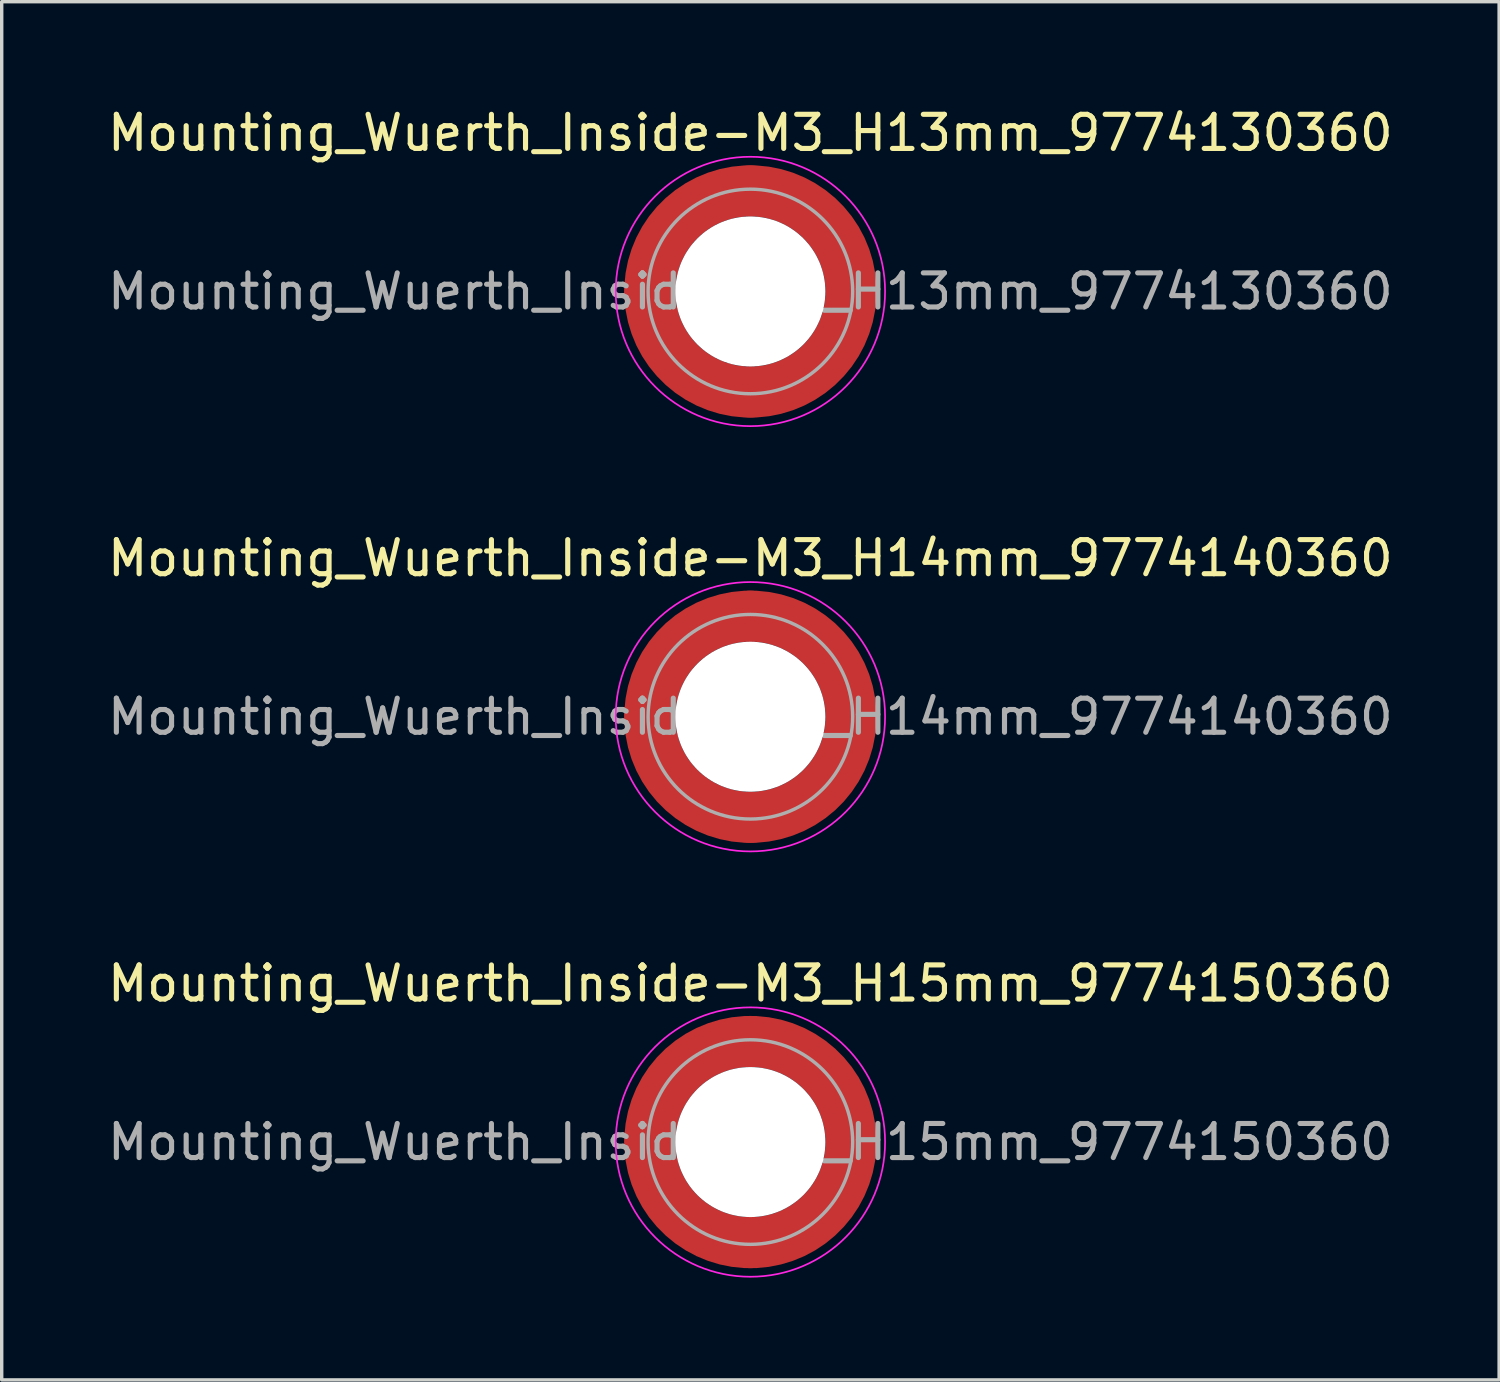
<source format=kicad_pcb>
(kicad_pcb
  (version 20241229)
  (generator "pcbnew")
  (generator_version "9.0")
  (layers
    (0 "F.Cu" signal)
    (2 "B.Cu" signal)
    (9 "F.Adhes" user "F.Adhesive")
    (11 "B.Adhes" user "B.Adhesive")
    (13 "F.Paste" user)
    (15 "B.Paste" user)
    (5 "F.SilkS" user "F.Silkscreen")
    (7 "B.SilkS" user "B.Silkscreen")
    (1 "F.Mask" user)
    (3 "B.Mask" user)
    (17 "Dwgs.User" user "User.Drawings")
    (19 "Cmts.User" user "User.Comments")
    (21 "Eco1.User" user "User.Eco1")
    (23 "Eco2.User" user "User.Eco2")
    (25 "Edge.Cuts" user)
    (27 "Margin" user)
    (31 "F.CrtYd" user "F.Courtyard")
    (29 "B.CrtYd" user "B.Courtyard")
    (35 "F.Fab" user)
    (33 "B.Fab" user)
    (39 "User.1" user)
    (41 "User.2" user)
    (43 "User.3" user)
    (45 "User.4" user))
  (footprint "Mounting_Wuerth_Inside-M3_H15mm_9774150360"
    (layer "F.Cu")
    (at 18.958 30.445)
    (property "Reference" "Mounting_Wuerth_Inside-M3_H15mm_9774150360" (at 0 -4.65 0) (layer "F.SilkS") (effects (font (size 1 1) (thickness 0.15))))
    (attr smd)
    (fp_circle (center 0 0) (end 3.95 0) (stroke (width 0.05) (type solid)) (fill no) (layer "F.CrtYd"))
    (fp_circle (center 0 0) (end 3 0) (stroke (width 0.1) (type solid)) (fill no) (layer "F.Fab"))
    (fp_text user "${REFERENCE}" (at 0 0 0) (layer "F.Fab") (effects (font (size 1 1) (thickness 0.15))))
    (pad "" smd custom (at -2.058 -2.058) (size 1.1 1.1) (layers "F.Paste") (options (anchor circle)) (primitives (gr_arc (start -0.524489 1.532681) (mid 0.194454 0.194454) (end 1.532681 -0.524489) (width 0.55)) (gr_arc (start -0.804569 1.532681) (mid 0 0) (end 1.532681 -0.804569) (width 0.55)) (gr_arc (start -1.083752 1.532681) (mid -0.194454 -0.194454) (end 1.532681 -1.083752) (width 0.55)) (gr_line (start 1.533 -0.524) (end 1.533 -1.084) (width 0.55)) (gr_line (start -0.524 1.533) (end -1.084 1.533) (width 0.55))))
    (pad "" smd custom (at -2.058 2.058) (size 1.1 1.1) (layers "F.Paste") (options (anchor circle)) (primitives (gr_arc (start 1.532681 0.524489) (mid 0.194454 -0.194454) (end -0.524489 -1.532681) (width 0.55)) (gr_arc (start 1.532681 0.804569) (mid 0 0) (end -0.804569 -1.532681) (width 0.55)) (gr_arc (start 1.532681 1.083752) (mid -0.194454 0.194454) (end -1.083752 -1.532681) (width 0.55)) (gr_line (start -0.524 -1.533) (end -1.084 -1.533) (width 0.55)) (gr_line (start 1.533 0.524) (end 1.533 1.084) (width 0.55))))
    (pad "" np_thru_hole circle (at 0 0) (size 4.4 4.4) (drill 4.4) (layers "*.Cu" "*.Mask"))
    (pad "" smd custom (at 2.058 -2.058) (size 1.1 1.1) (layers "F.Paste") (options (anchor circle)) (primitives (gr_arc (start -1.532681 -0.524489) (mid -0.194454 0.194454) (end 0.524489 1.532681) (width 0.55)) (gr_arc (start -1.532681 -0.804569) (mid 0 0) (end 0.804569 1.532681) (width 0.55)) (gr_arc (start -1.532681 -1.083752) (mid 0.194454 -0.194454) (end 1.083752 1.532681) (width 0.55)) (gr_line (start 0.524 1.533) (end 1.084 1.533) (width 0.55)) (gr_line (start -1.533 -0.524) (end -1.533 -1.084) (width 0.55))))
    (pad "" smd custom (at 2.058 2.058) (size 1.1 1.1) (layers "F.Paste") (options (anchor circle)) (primitives (gr_arc (start 0.524489 -1.532681) (mid -0.194454 -0.194454) (end -1.532681 0.524489) (width 0.55)) (gr_arc (start 0.804569 -1.532681) (mid 0 0) (end -1.532681 0.804569) (width 0.55)) (gr_arc (start 1.083752 -1.532681) (mid 0.194454 0.194454) (end -1.532681 1.083752) (width 0.55)) (gr_line (start -1.533 0.524) (end -1.533 1.084) (width 0.55)) (gr_line (start 0.524 -1.533) (end 1.084 -1.533) (width 0.55))))
    (pad "1" smd circle (at -2.95 0) (size 1.5 1.5) (layers "F.Cu"))
    (pad "1" smd circle (at 0 -2.95) (size 1.5 1.5) (layers "F.Cu"))
    (pad "1" smd circle (at 0 2.95) (size 1.5 1.5) (layers "F.Cu"))
    (pad "1" smd custom (at 2.95 0) (size 1.5 1.5) (layers "F.Cu" "F.Mask") (options (anchor circle)) (primitives (gr_circle (center -2.95 0) (end 0 0) (width 1.5) (fill no)))))
  (footprint "Mounting_Wuerth_Inside-M3_H13mm_9774130360"
    (layer "F.Cu")
    (at 18.958 5.498)
    (property "Reference" "Mounting_Wuerth_Inside-M3_H13mm_9774130360" (at 0 -4.65 0) (layer "F.SilkS") (effects (font (size 1 1) (thickness 0.15))))
    (attr smd)
    (fp_circle (center 0 0) (end 3.95 0) (stroke (width 0.05) (type solid)) (fill no) (layer "F.CrtYd"))
    (fp_circle (center 0 0) (end 3 0) (stroke (width 0.1) (type solid)) (fill no) (layer "F.Fab"))
    (fp_text user "${REFERENCE}" (at 0 0 0) (layer "F.Fab") (effects (font (size 1 1) (thickness 0.15))))
    (pad "" smd custom (at -2.058 -2.058) (size 1.1 1.1) (layers "F.Paste") (options (anchor circle)) (primitives (gr_arc (start -0.524489 1.532681) (mid 0.194454 0.194454) (end 1.532681 -0.524489) (width 0.55)) (gr_arc (start -0.804569 1.532681) (mid 0 0) (end 1.532681 -0.804569) (width 0.55)) (gr_arc (start -1.083752 1.532681) (mid -0.194454 -0.194454) (end 1.532681 -1.083752) (width 0.55)) (gr_line (start 1.533 -0.524) (end 1.533 -1.084) (width 0.55)) (gr_line (start -0.524 1.533) (end -1.084 1.533) (width 0.55))))
    (pad "" smd custom (at -2.058 2.058) (size 1.1 1.1) (layers "F.Paste") (options (anchor circle)) (primitives (gr_arc (start 1.532681 0.524489) (mid 0.194454 -0.194454) (end -0.524489 -1.532681) (width 0.55)) (gr_arc (start 1.532681 0.804569) (mid 0 0) (end -0.804569 -1.532681) (width 0.55)) (gr_arc (start 1.532681 1.083752) (mid -0.194454 0.194454) (end -1.083752 -1.532681) (width 0.55)) (gr_line (start -0.524 -1.533) (end -1.084 -1.533) (width 0.55)) (gr_line (start 1.533 0.524) (end 1.533 1.084) (width 0.55))))
    (pad "" np_thru_hole circle (at 0 0) (size 4.4 4.4) (drill 4.4) (layers "*.Cu" "*.Mask"))
    (pad "" smd custom (at 2.058 -2.058) (size 1.1 1.1) (layers "F.Paste") (options (anchor circle)) (primitives (gr_arc (start -1.532681 -0.524489) (mid -0.194454 0.194454) (end 0.524489 1.532681) (width 0.55)) (gr_arc (start -1.532681 -0.804569) (mid 0 0) (end 0.804569 1.532681) (width 0.55)) (gr_arc (start -1.532681 -1.083752) (mid 0.194454 -0.194454) (end 1.083752 1.532681) (width 0.55)) (gr_line (start 0.524 1.533) (end 1.084 1.533) (width 0.55)) (gr_line (start -1.533 -0.524) (end -1.533 -1.084) (width 0.55))))
    (pad "" smd custom (at 2.058 2.058) (size 1.1 1.1) (layers "F.Paste") (options (anchor circle)) (primitives (gr_arc (start 0.524489 -1.532681) (mid -0.194454 -0.194454) (end -1.532681 0.524489) (width 0.55)) (gr_arc (start 0.804569 -1.532681) (mid 0 0) (end -1.532681 0.804569) (width 0.55)) (gr_arc (start 1.083752 -1.532681) (mid 0.194454 0.194454) (end -1.532681 1.083752) (width 0.55)) (gr_line (start -1.533 0.524) (end -1.533 1.084) (width 0.55)) (gr_line (start 0.524 -1.533) (end 1.084 -1.533) (width 0.55))))
    (pad "1" smd circle (at -2.95 0) (size 1.5 1.5) (layers "F.Cu"))
    (pad "1" smd circle (at 0 -2.95) (size 1.5 1.5) (layers "F.Cu"))
    (pad "1" smd circle (at 0 2.95) (size 1.5 1.5) (layers "F.Cu"))
    (pad "1" smd custom (at 2.95 0) (size 1.5 1.5) (layers "F.Cu" "F.Mask") (options (anchor circle)) (primitives (gr_circle (center -2.95 0) (end 0 0) (width 1.5) (fill no)))))
  (footprint "Mounting_Wuerth_Inside-M3_H14mm_9774140360"
    (layer "F.Cu")
    (at 18.958 17.971)
    (property "Reference" "Mounting_Wuerth_Inside-M3_H14mm_9774140360" (at 0 -4.65 0) (layer "F.SilkS") (effects (font (size 1 1) (thickness 0.15))))
    (attr smd)
    (fp_circle (center 0 0) (end 3.95 0) (stroke (width 0.05) (type solid)) (fill no) (layer "F.CrtYd"))
    (fp_circle (center 0 0) (end 3 0) (stroke (width 0.1) (type solid)) (fill no) (layer "F.Fab"))
    (fp_text user "${REFERENCE}" (at 0 0 0) (layer "F.Fab") (effects (font (size 1 1) (thickness 0.15))))
    (pad "" smd custom (at -2.058 -2.058) (size 1.1 1.1) (layers "F.Paste") (options (anchor circle)) (primitives (gr_arc (start -0.524489 1.532681) (mid 0.194454 0.194454) (end 1.532681 -0.524489) (width 0.55)) (gr_arc (start -0.804569 1.532681) (mid 0 0) (end 1.532681 -0.804569) (width 0.55)) (gr_arc (start -1.083752 1.532681) (mid -0.194454 -0.194454) (end 1.532681 -1.083752) (width 0.55)) (gr_line (start 1.533 -0.524) (end 1.533 -1.084) (width 0.55)) (gr_line (start -0.524 1.533) (end -1.084 1.533) (width 0.55))))
    (pad "" smd custom (at -2.058 2.058) (size 1.1 1.1) (layers "F.Paste") (options (anchor circle)) (primitives (gr_arc (start 1.532681 0.524489) (mid 0.194454 -0.194454) (end -0.524489 -1.532681) (width 0.55)) (gr_arc (start 1.532681 0.804569) (mid 0 0) (end -0.804569 -1.532681) (width 0.55)) (gr_arc (start 1.532681 1.083752) (mid -0.194454 0.194454) (end -1.083752 -1.532681) (width 0.55)) (gr_line (start -0.524 -1.533) (end -1.084 -1.533) (width 0.55)) (gr_line (start 1.533 0.524) (end 1.533 1.084) (width 0.55))))
    (pad "" np_thru_hole circle (at 0 0) (size 4.4 4.4) (drill 4.4) (layers "*.Cu" "*.Mask"))
    (pad "" smd custom (at 2.058 -2.058) (size 1.1 1.1) (layers "F.Paste") (options (anchor circle)) (primitives (gr_arc (start -1.532681 -0.524489) (mid -0.194454 0.194454) (end 0.524489 1.532681) (width 0.55)) (gr_arc (start -1.532681 -0.804569) (mid 0 0) (end 0.804569 1.532681) (width 0.55)) (gr_arc (start -1.532681 -1.083752) (mid 0.194454 -0.194454) (end 1.083752 1.532681) (width 0.55)) (gr_line (start 0.524 1.533) (end 1.084 1.533) (width 0.55)) (gr_line (start -1.533 -0.524) (end -1.533 -1.084) (width 0.55))))
    (pad "" smd custom (at 2.058 2.058) (size 1.1 1.1) (layers "F.Paste") (options (anchor circle)) (primitives (gr_arc (start 0.524489 -1.532681) (mid -0.194454 -0.194454) (end -1.532681 0.524489) (width 0.55)) (gr_arc (start 0.804569 -1.532681) (mid 0 0) (end -1.532681 0.804569) (width 0.55)) (gr_arc (start 1.083752 -1.532681) (mid 0.194454 0.194454) (end -1.532681 1.083752) (width 0.55)) (gr_line (start -1.533 0.524) (end -1.533 1.084) (width 0.55)) (gr_line (start 0.524 -1.533) (end 1.084 -1.533) (width 0.55))))
    (pad "1" smd circle (at -2.95 0) (size 1.5 1.5) (layers "F.Cu"))
    (pad "1" smd circle (at 0 -2.95) (size 1.5 1.5) (layers "F.Cu"))
    (pad "1" smd circle (at 0 2.95) (size 1.5 1.5) (layers "F.Cu"))
    (pad "1" smd custom (at 2.95 0) (size 1.5 1.5) (layers "F.Cu" "F.Mask") (options (anchor circle)) (primitives (gr_circle (center -2.95 0) (end 0 0) (width 1.5) (fill no)))))
  (gr_rect
    (start -3 -3)
    (end 40.917 37.42)
    (stroke (width 0.1) (type default))
    (fill no)
    (layer "Edge.Cuts")))
</source>
